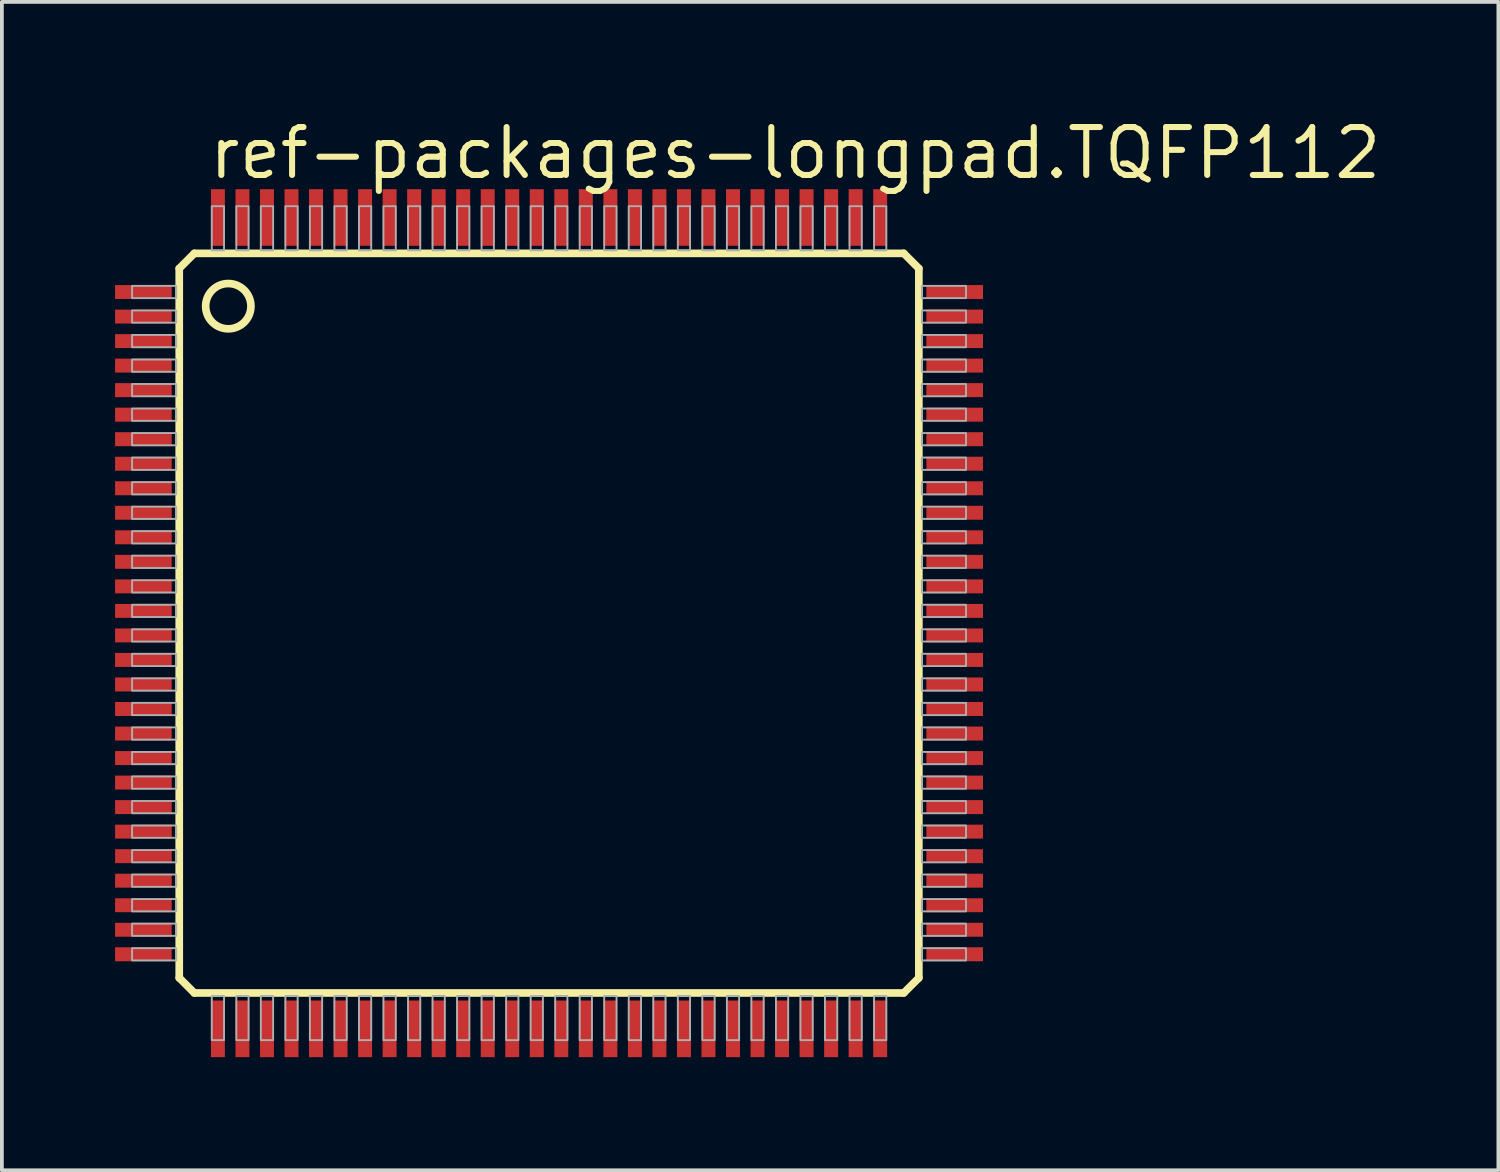
<source format=kicad_pcb>
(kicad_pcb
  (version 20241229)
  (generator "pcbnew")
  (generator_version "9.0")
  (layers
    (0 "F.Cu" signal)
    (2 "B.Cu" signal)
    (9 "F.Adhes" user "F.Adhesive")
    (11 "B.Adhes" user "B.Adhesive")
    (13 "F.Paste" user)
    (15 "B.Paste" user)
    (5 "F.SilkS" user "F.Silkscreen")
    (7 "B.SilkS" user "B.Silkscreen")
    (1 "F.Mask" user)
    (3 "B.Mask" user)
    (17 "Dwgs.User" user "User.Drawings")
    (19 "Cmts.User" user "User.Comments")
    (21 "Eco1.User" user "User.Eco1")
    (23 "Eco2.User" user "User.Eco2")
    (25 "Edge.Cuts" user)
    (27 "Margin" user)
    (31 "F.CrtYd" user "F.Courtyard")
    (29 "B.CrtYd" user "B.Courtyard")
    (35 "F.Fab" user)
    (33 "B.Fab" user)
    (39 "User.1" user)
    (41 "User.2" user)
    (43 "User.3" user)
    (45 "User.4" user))
  (footprint "ref-packages-longpad.TQFP112"
    (layer "F.Cu")
    (at 11.5 13.464)
    (property "Reference" "ref-packages-longpad.TQFP112" (at -9.092 -11.714 0) (layer "F.SilkS") (effects (font (size 1.27 1.27) (thickness 0.16)) (justify left bottom)))
    (attr smd)
    (fp_line (start -9.8 9.4) (end -9.8 -9.4) (stroke (width 0.203) (type default)) (layer "F.SilkS"))
    (fp_line (start -9.8 9.4) (end -9.4 9.8) (stroke (width 0.203) (type default)) (layer "F.SilkS"))
    (fp_line (start -9.4 -9.8) (end -9.8 -9.4) (stroke (width 0.203) (type default)) (layer "F.SilkS"))
    (fp_line (start -9.4 -9.8) (end 9.4 -9.8) (stroke (width 0.203) (type default)) (layer "F.SilkS"))
    (fp_line (start 9.4 9.8) (end -9.4 9.8) (stroke (width 0.203) (type default)) (layer "F.SilkS"))
    (fp_line (start 9.4 9.8) (end 9.8 9.4) (stroke (width 0.203) (type default)) (layer "F.SilkS"))
    (fp_line (start 9.8 -9.4) (end 9.4 -9.8) (stroke (width 0.203) (type default)) (layer "F.SilkS"))
    (fp_line (start 9.8 -9.4) (end 9.8 9.4) (stroke (width 0.203) (type default)) (layer "F.SilkS"))
    (fp_circle (center -8.5 -8.4) (end -7.9 -8.4) (stroke (width 0.203) (type default)) (fill no) (layer "F.SilkS"))
    (fp_rect (start -11.05 -8.613) (end -9.88 -8.938) (stroke (width 0.05) (type default)) (fill no) (layer "F.Fab"))
    (fp_rect (start -11.05 -7.963) (end -9.88 -8.287) (stroke (width 0.05) (type default)) (fill no) (layer "F.Fab"))
    (fp_rect (start -11.05 -7.312) (end -9.88 -7.638) (stroke (width 0.05) (type default)) (fill no) (layer "F.Fab"))
    (fp_rect (start -11.05 -6.662) (end -9.88 -6.987) (stroke (width 0.05) (type default)) (fill no) (layer "F.Fab"))
    (fp_rect (start -11.05 -6.013) (end -9.88 -6.338) (stroke (width 0.05) (type default)) (fill no) (layer "F.Fab"))
    (fp_rect (start -11.05 -5.362) (end -9.88 -5.688) (stroke (width 0.05) (type default)) (fill no) (layer "F.Fab"))
    (fp_rect (start -11.05 -4.713) (end -9.88 -5.037) (stroke (width 0.05) (type default)) (fill no) (layer "F.Fab"))
    (fp_rect (start -11.05 -4.062) (end -9.88 -4.388) (stroke (width 0.05) (type default)) (fill no) (layer "F.Fab"))
    (fp_rect (start -11.05 -3.413) (end -9.88 -3.737) (stroke (width 0.05) (type default)) (fill no) (layer "F.Fab"))
    (fp_rect (start -11.05 -2.763) (end -9.88 -3.087) (stroke (width 0.05) (type default)) (fill no) (layer "F.Fab"))
    (fp_rect (start -11.05 -2.112) (end -9.88 -2.438) (stroke (width 0.05) (type default)) (fill no) (layer "F.Fab"))
    (fp_rect (start -11.05 -1.462) (end -9.88 -1.788) (stroke (width 0.05) (type default)) (fill no) (layer "F.Fab"))
    (fp_rect (start -11.05 -0.812) (end -9.88 -1.137) (stroke (width 0.05) (type default)) (fill no) (layer "F.Fab"))
    (fp_rect (start -11.05 -0.163) (end -9.88 -0.487) (stroke (width 0.05) (type default)) (fill no) (layer "F.Fab"))
    (fp_rect (start -11.05 0.487) (end -9.88 0.163) (stroke (width 0.05) (type default)) (fill no) (layer "F.Fab"))
    (fp_rect (start -11.05 1.137) (end -9.88 0.812) (stroke (width 0.05) (type default)) (fill no) (layer "F.Fab"))
    (fp_rect (start -11.05 1.788) (end -9.88 1.462) (stroke (width 0.05) (type default)) (fill no) (layer "F.Fab"))
    (fp_rect (start -11.05 2.438) (end -9.88 2.112) (stroke (width 0.05) (type default)) (fill no) (layer "F.Fab"))
    (fp_rect (start -11.05 3.087) (end -9.88 2.763) (stroke (width 0.05) (type default)) (fill no) (layer "F.Fab"))
    (fp_rect (start -11.05 3.737) (end -9.88 3.413) (stroke (width 0.05) (type default)) (fill no) (layer "F.Fab"))
    (fp_rect (start -11.05 4.388) (end -9.88 4.062) (stroke (width 0.05) (type default)) (fill no) (layer "F.Fab"))
    (fp_rect (start -11.05 5.037) (end -9.88 4.713) (stroke (width 0.05) (type default)) (fill no) (layer "F.Fab"))
    (fp_rect (start -11.05 5.688) (end -9.88 5.362) (stroke (width 0.05) (type default)) (fill no) (layer "F.Fab"))
    (fp_rect (start -11.05 6.338) (end -9.88 6.013) (stroke (width 0.05) (type default)) (fill no) (layer "F.Fab"))
    (fp_rect (start -11.05 6.987) (end -9.88 6.662) (stroke (width 0.05) (type default)) (fill no) (layer "F.Fab"))
    (fp_rect (start -11.05 7.638) (end -9.88 7.312) (stroke (width 0.05) (type default)) (fill no) (layer "F.Fab"))
    (fp_rect (start -11.05 8.287) (end -9.88 7.963) (stroke (width 0.05) (type default)) (fill no) (layer "F.Fab"))
    (fp_rect (start -11.05 8.938) (end -9.88 8.613) (stroke (width 0.05) (type default)) (fill no) (layer "F.Fab"))
    (fp_rect (start -8.938 -9.88) (end -8.613 -11.05) (stroke (width 0.05) (type default)) (fill no) (layer "F.Fab"))
    (fp_rect (start -8.938 11.05) (end -8.613 9.88) (stroke (width 0.05) (type default)) (fill no) (layer "F.Fab"))
    (fp_rect (start -8.287 -9.88) (end -7.963 -11.05) (stroke (width 0.05) (type default)) (fill no) (layer "F.Fab"))
    (fp_rect (start -8.287 11.05) (end -7.963 9.88) (stroke (width 0.05) (type default)) (fill no) (layer "F.Fab"))
    (fp_rect (start -7.638 -9.88) (end -7.312 -11.05) (stroke (width 0.05) (type default)) (fill no) (layer "F.Fab"))
    (fp_rect (start -7.638 11.05) (end -7.312 9.88) (stroke (width 0.05) (type default)) (fill no) (layer "F.Fab"))
    (fp_rect (start -6.987 -9.88) (end -6.662 -11.05) (stroke (width 0.05) (type default)) (fill no) (layer "F.Fab"))
    (fp_rect (start -6.987 11.05) (end -6.662 9.88) (stroke (width 0.05) (type default)) (fill no) (layer "F.Fab"))
    (fp_rect (start -6.338 -9.88) (end -6.013 -11.05) (stroke (width 0.05) (type default)) (fill no) (layer "F.Fab"))
    (fp_rect (start -6.338 11.05) (end -6.013 9.88) (stroke (width 0.05) (type default)) (fill no) (layer "F.Fab"))
    (fp_rect (start -5.688 -9.88) (end -5.362 -11.05) (stroke (width 0.05) (type default)) (fill no) (layer "F.Fab"))
    (fp_rect (start -5.688 11.05) (end -5.362 9.88) (stroke (width 0.05) (type default)) (fill no) (layer "F.Fab"))
    (fp_rect (start -5.037 -9.88) (end -4.713 -11.05) (stroke (width 0.05) (type default)) (fill no) (layer "F.Fab"))
    (fp_rect (start -5.037 11.05) (end -4.713 9.88) (stroke (width 0.05) (type default)) (fill no) (layer "F.Fab"))
    (fp_rect (start -4.388 -9.88) (end -4.062 -11.05) (stroke (width 0.05) (type default)) (fill no) (layer "F.Fab"))
    (fp_rect (start -4.388 11.05) (end -4.062 9.88) (stroke (width 0.05) (type default)) (fill no) (layer "F.Fab"))
    (fp_rect (start -3.737 -9.88) (end -3.413 -11.05) (stroke (width 0.05) (type default)) (fill no) (layer "F.Fab"))
    (fp_rect (start -3.737 11.05) (end -3.413 9.88) (stroke (width 0.05) (type default)) (fill no) (layer "F.Fab"))
    (fp_rect (start -3.087 -9.88) (end -2.763 -11.05) (stroke (width 0.05) (type default)) (fill no) (layer "F.Fab"))
    (fp_rect (start -3.087 11.05) (end -2.763 9.88) (stroke (width 0.05) (type default)) (fill no) (layer "F.Fab"))
    (fp_rect (start -2.438 -9.88) (end -2.112 -11.05) (stroke (width 0.05) (type default)) (fill no) (layer "F.Fab"))
    (fp_rect (start -2.438 11.05) (end -2.112 9.88) (stroke (width 0.05) (type default)) (fill no) (layer "F.Fab"))
    (fp_rect (start -1.788 -9.88) (end -1.462 -11.05) (stroke (width 0.05) (type default)) (fill no) (layer "F.Fab"))
    (fp_rect (start -1.788 11.05) (end -1.462 9.88) (stroke (width 0.05) (type default)) (fill no) (layer "F.Fab"))
    (fp_rect (start -1.137 -9.88) (end -0.812 -11.05) (stroke (width 0.05) (type default)) (fill no) (layer "F.Fab"))
    (fp_rect (start -1.137 11.05) (end -0.812 9.88) (stroke (width 0.05) (type default)) (fill no) (layer "F.Fab"))
    (fp_rect (start -0.487 -9.88) (end -0.163 -11.05) (stroke (width 0.05) (type default)) (fill no) (layer "F.Fab"))
    (fp_rect (start -0.487 11.05) (end -0.163 9.88) (stroke (width 0.05) (type default)) (fill no) (layer "F.Fab"))
    (fp_rect (start 0.163 -9.88) (end 0.487 -11.05) (stroke (width 0.05) (type default)) (fill no) (layer "F.Fab"))
    (fp_rect (start 0.163 11.05) (end 0.487 9.88) (stroke (width 0.05) (type default)) (fill no) (layer "F.Fab"))
    (fp_rect (start 0.812 -9.88) (end 1.137 -11.05) (stroke (width 0.05) (type default)) (fill no) (layer "F.Fab"))
    (fp_rect (start 0.812 11.05) (end 1.137 9.88) (stroke (width 0.05) (type default)) (fill no) (layer "F.Fab"))
    (fp_rect (start 1.462 -9.88) (end 1.788 -11.05) (stroke (width 0.05) (type default)) (fill no) (layer "F.Fab"))
    (fp_rect (start 1.462 11.05) (end 1.788 9.88) (stroke (width 0.05) (type default)) (fill no) (layer "F.Fab"))
    (fp_rect (start 2.112 -9.88) (end 2.438 -11.05) (stroke (width 0.05) (type default)) (fill no) (layer "F.Fab"))
    (fp_rect (start 2.112 11.05) (end 2.438 9.88) (stroke (width 0.05) (type default)) (fill no) (layer "F.Fab"))
    (fp_rect (start 2.763 -9.88) (end 3.087 -11.05) (stroke (width 0.05) (type default)) (fill no) (layer "F.Fab"))
    (fp_rect (start 2.763 11.05) (end 3.087 9.88) (stroke (width 0.05) (type default)) (fill no) (layer "F.Fab"))
    (fp_rect (start 3.413 -9.88) (end 3.737 -11.05) (stroke (width 0.05) (type default)) (fill no) (layer "F.Fab"))
    (fp_rect (start 3.413 11.05) (end 3.737 9.88) (stroke (width 0.05) (type default)) (fill no) (layer "F.Fab"))
    (fp_rect (start 4.062 -9.88) (end 4.388 -11.05) (stroke (width 0.05) (type default)) (fill no) (layer "F.Fab"))
    (fp_rect (start 4.062 11.05) (end 4.388 9.88) (stroke (width 0.05) (type default)) (fill no) (layer "F.Fab"))
    (fp_rect (start 4.713 -9.88) (end 5.037 -11.05) (stroke (width 0.05) (type default)) (fill no) (layer "F.Fab"))
    (fp_rect (start 4.713 11.05) (end 5.037 9.88) (stroke (width 0.05) (type default)) (fill no) (layer "F.Fab"))
    (fp_rect (start 5.362 -9.88) (end 5.688 -11.05) (stroke (width 0.05) (type default)) (fill no) (layer "F.Fab"))
    (fp_rect (start 5.362 11.05) (end 5.688 9.88) (stroke (width 0.05) (type default)) (fill no) (layer "F.Fab"))
    (fp_rect (start 6.013 -9.88) (end 6.338 -11.05) (stroke (width 0.05) (type default)) (fill no) (layer "F.Fab"))
    (fp_rect (start 6.013 11.05) (end 6.338 9.88) (stroke (width 0.05) (type default)) (fill no) (layer "F.Fab"))
    (fp_rect (start 6.662 -9.88) (end 6.987 -11.05) (stroke (width 0.05) (type default)) (fill no) (layer "F.Fab"))
    (fp_rect (start 6.662 11.05) (end 6.987 9.88) (stroke (width 0.05) (type default)) (fill no) (layer "F.Fab"))
    (fp_rect (start 7.312 -9.88) (end 7.638 -11.05) (stroke (width 0.05) (type default)) (fill no) (layer "F.Fab"))
    (fp_rect (start 7.312 11.05) (end 7.638 9.88) (stroke (width 0.05) (type default)) (fill no) (layer "F.Fab"))
    (fp_rect (start 7.963 -9.88) (end 8.287 -11.05) (stroke (width 0.05) (type default)) (fill no) (layer "F.Fab"))
    (fp_rect (start 7.963 11.05) (end 8.287 9.88) (stroke (width 0.05) (type default)) (fill no) (layer "F.Fab"))
    (fp_rect (start 8.613 -9.88) (end 8.938 -11.05) (stroke (width 0.05) (type default)) (fill no) (layer "F.Fab"))
    (fp_rect (start 8.613 11.05) (end 8.938 9.88) (stroke (width 0.05) (type default)) (fill no) (layer "F.Fab"))
    (fp_rect (start 9.88 -8.613) (end 11.05 -8.938) (stroke (width 0.05) (type default)) (fill no) (layer "F.Fab"))
    (fp_rect (start 9.88 -7.963) (end 11.05 -8.287) (stroke (width 0.05) (type default)) (fill no) (layer "F.Fab"))
    (fp_rect (start 9.88 -7.312) (end 11.05 -7.638) (stroke (width 0.05) (type default)) (fill no) (layer "F.Fab"))
    (fp_rect (start 9.88 -6.662) (end 11.05 -6.987) (stroke (width 0.05) (type default)) (fill no) (layer "F.Fab"))
    (fp_rect (start 9.88 -6.013) (end 11.05 -6.338) (stroke (width 0.05) (type default)) (fill no) (layer "F.Fab"))
    (fp_rect (start 9.88 -5.362) (end 11.05 -5.688) (stroke (width 0.05) (type default)) (fill no) (layer "F.Fab"))
    (fp_rect (start 9.88 -4.713) (end 11.05 -5.037) (stroke (width 0.05) (type default)) (fill no) (layer "F.Fab"))
    (fp_rect (start 9.88 -4.062) (end 11.05 -4.388) (stroke (width 0.05) (type default)) (fill no) (layer "F.Fab"))
    (fp_rect (start 9.88 -3.413) (end 11.05 -3.737) (stroke (width 0.05) (type default)) (fill no) (layer "F.Fab"))
    (fp_rect (start 9.88 -2.763) (end 11.05 -3.087) (stroke (width 0.05) (type default)) (fill no) (layer "F.Fab"))
    (fp_rect (start 9.88 -2.112) (end 11.05 -2.438) (stroke (width 0.05) (type default)) (fill no) (layer "F.Fab"))
    (fp_rect (start 9.88 -1.462) (end 11.05 -1.788) (stroke (width 0.05) (type default)) (fill no) (layer "F.Fab"))
    (fp_rect (start 9.88 -0.812) (end 11.05 -1.137) (stroke (width 0.05) (type default)) (fill no) (layer "F.Fab"))
    (fp_rect (start 9.88 -0.163) (end 11.05 -0.487) (stroke (width 0.05) (type default)) (fill no) (layer "F.Fab"))
    (fp_rect (start 9.88 0.487) (end 11.05 0.163) (stroke (width 0.05) (type default)) (fill no) (layer "F.Fab"))
    (fp_rect (start 9.88 1.137) (end 11.05 0.812) (stroke (width 0.05) (type default)) (fill no) (layer "F.Fab"))
    (fp_rect (start 9.88 1.788) (end 11.05 1.462) (stroke (width 0.05) (type default)) (fill no) (layer "F.Fab"))
    (fp_rect (start 9.88 2.438) (end 11.05 2.112) (stroke (width 0.05) (type default)) (fill no) (layer "F.Fab"))
    (fp_rect (start 9.88 3.087) (end 11.05 2.763) (stroke (width 0.05) (type default)) (fill no) (layer "F.Fab"))
    (fp_rect (start 9.88 3.737) (end 11.05 3.413) (stroke (width 0.05) (type default)) (fill no) (layer "F.Fab"))
    (fp_rect (start 9.88 4.388) (end 11.05 4.062) (stroke (width 0.05) (type default)) (fill no) (layer "F.Fab"))
    (fp_rect (start 9.88 5.037) (end 11.05 4.713) (stroke (width 0.05) (type default)) (fill no) (layer "F.Fab"))
    (fp_rect (start 9.88 5.688) (end 11.05 5.362) (stroke (width 0.05) (type default)) (fill no) (layer "F.Fab"))
    (fp_rect (start 9.88 6.338) (end 11.05 6.013) (stroke (width 0.05) (type default)) (fill no) (layer "F.Fab"))
    (fp_rect (start 9.88 6.987) (end 11.05 6.662) (stroke (width 0.05) (type default)) (fill no) (layer "F.Fab"))
    (fp_rect (start 9.88 7.638) (end 11.05 7.312) (stroke (width 0.05) (type default)) (fill no) (layer "F.Fab"))
    (fp_rect (start 9.88 8.287) (end 11.05 7.963) (stroke (width 0.05) (type default)) (fill no) (layer "F.Fab"))
    (fp_rect (start 9.88 8.938) (end 11.05 8.613) (stroke (width 0.05) (type default)) (fill no) (layer "F.Fab"))
    (pad "1" smd roundrect (at -10.75 -8.775) (size 1.5 0.37) (layers "F.Cu" "F.Mask" "F.Paste") (roundrect_rratio 0.01))
    (pad "2" smd roundrect (at -10.75 -8.125) (size 1.5 0.37) (layers "F.Cu" "F.Mask" "F.Paste") (roundrect_rratio 0.01))
    (pad "3" smd roundrect (at -10.75 -7.475) (size 1.5 0.37) (layers "F.Cu" "F.Mask" "F.Paste") (roundrect_rratio 0.01))
    (pad "4" smd roundrect (at -10.75 -6.825) (size 1.5 0.37) (layers "F.Cu" "F.Mask" "F.Paste") (roundrect_rratio 0.01))
    (pad "5" smd roundrect (at -10.75 -6.175) (size 1.5 0.37) (layers "F.Cu" "F.Mask" "F.Paste") (roundrect_rratio 0.01))
    (pad "6" smd roundrect (at -10.75 -5.525) (size 1.5 0.37) (layers "F.Cu" "F.Mask" "F.Paste") (roundrect_rratio 0.01))
    (pad "7" smd roundrect (at -10.75 -4.875) (size 1.5 0.37) (layers "F.Cu" "F.Mask" "F.Paste") (roundrect_rratio 0.01))
    (pad "8" smd roundrect (at -10.75 -4.225) (size 1.5 0.37) (layers "F.Cu" "F.Mask" "F.Paste") (roundrect_rratio 0.01))
    (pad "9" smd roundrect (at -10.75 -3.575) (size 1.5 0.37) (layers "F.Cu" "F.Mask" "F.Paste") (roundrect_rratio 0.01))
    (pad "10" smd roundrect (at -10.75 -2.925) (size 1.5 0.37) (layers "F.Cu" "F.Mask" "F.Paste") (roundrect_rratio 0.01))
    (pad "11" smd roundrect (at -10.75 -2.275) (size 1.5 0.37) (layers "F.Cu" "F.Mask" "F.Paste") (roundrect_rratio 0.01))
    (pad "12" smd roundrect (at -10.75 -1.625) (size 1.5 0.37) (layers "F.Cu" "F.Mask" "F.Paste") (roundrect_rratio 0.01))
    (pad "13" smd roundrect (at -10.75 -0.975) (size 1.5 0.37) (layers "F.Cu" "F.Mask" "F.Paste") (roundrect_rratio 0.01))
    (pad "14" smd roundrect (at -10.75 -0.325) (size 1.5 0.37) (layers "F.Cu" "F.Mask" "F.Paste") (roundrect_rratio 0.01))
    (pad "15" smd roundrect (at -10.75 0.325) (size 1.5 0.37) (layers "F.Cu" "F.Mask" "F.Paste") (roundrect_rratio 0.01))
    (pad "16" smd roundrect (at -10.75 0.975) (size 1.5 0.37) (layers "F.Cu" "F.Mask" "F.Paste") (roundrect_rratio 0.01))
    (pad "17" smd roundrect (at -10.75 1.625) (size 1.5 0.37) (layers "F.Cu" "F.Mask" "F.Paste") (roundrect_rratio 0.01))
    (pad "18" smd roundrect (at -10.75 2.275) (size 1.5 0.37) (layers "F.Cu" "F.Mask" "F.Paste") (roundrect_rratio 0.01))
    (pad "19" smd roundrect (at -10.75 2.925) (size 1.5 0.37) (layers "F.Cu" "F.Mask" "F.Paste") (roundrect_rratio 0.01))
    (pad "20" smd roundrect (at -10.75 3.575) (size 1.5 0.37) (layers "F.Cu" "F.Mask" "F.Paste") (roundrect_rratio 0.01))
    (pad "21" smd roundrect (at -10.75 4.225) (size 1.5 0.37) (layers "F.Cu" "F.Mask" "F.Paste") (roundrect_rratio 0.01))
    (pad "22" smd roundrect (at -10.75 4.875) (size 1.5 0.37) (layers "F.Cu" "F.Mask" "F.Paste") (roundrect_rratio 0.01))
    (pad "23" smd roundrect (at -10.75 5.525) (size 1.5 0.37) (layers "F.Cu" "F.Mask" "F.Paste") (roundrect_rratio 0.01))
    (pad "24" smd roundrect (at -10.75 6.175) (size 1.5 0.37) (layers "F.Cu" "F.Mask" "F.Paste") (roundrect_rratio 0.01))
    (pad "25" smd roundrect (at -10.75 6.825) (size 1.5 0.37) (layers "F.Cu" "F.Mask" "F.Paste") (roundrect_rratio 0.01))
    (pad "26" smd roundrect (at -10.75 7.475) (size 1.5 0.37) (layers "F.Cu" "F.Mask" "F.Paste") (roundrect_rratio 0.01))
    (pad "27" smd roundrect (at -10.75 8.125) (size 1.5 0.37) (layers "F.Cu" "F.Mask" "F.Paste") (roundrect_rratio 0.01))
    (pad "28" smd roundrect (at -10.75 8.775) (size 1.5 0.37) (layers "F.Cu" "F.Mask" "F.Paste") (roundrect_rratio 0.01))
    (pad "29" smd roundrect (at -8.775 10.75) (size 0.37 1.5) (layers "F.Cu" "F.Mask" "F.Paste") (roundrect_rratio 0.01))
    (pad "30" smd roundrect (at -8.125 10.75) (size 0.37 1.5) (layers "F.Cu" "F.Mask" "F.Paste") (roundrect_rratio 0.01))
    (pad "31" smd roundrect (at -7.475 10.75) (size 0.37 1.5) (layers "F.Cu" "F.Mask" "F.Paste") (roundrect_rratio 0.01))
    (pad "32" smd roundrect (at -6.825 10.75) (size 0.37 1.5) (layers "F.Cu" "F.Mask" "F.Paste") (roundrect_rratio 0.01))
    (pad "33" smd roundrect (at -6.175 10.75) (size 0.37 1.5) (layers "F.Cu" "F.Mask" "F.Paste") (roundrect_rratio 0.01))
    (pad "34" smd roundrect (at -5.525 10.75) (size 0.37 1.5) (layers "F.Cu" "F.Mask" "F.Paste") (roundrect_rratio 0.01))
    (pad "35" smd roundrect (at -4.875 10.75) (size 0.37 1.5) (layers "F.Cu" "F.Mask" "F.Paste") (roundrect_rratio 0.01))
    (pad "36" smd roundrect (at -4.225 10.75) (size 0.37 1.5) (layers "F.Cu" "F.Mask" "F.Paste") (roundrect_rratio 0.01))
    (pad "37" smd roundrect (at -3.575 10.75) (size 0.37 1.5) (layers "F.Cu" "F.Mask" "F.Paste") (roundrect_rratio 0.01))
    (pad "38" smd roundrect (at -2.925 10.75) (size 0.37 1.5) (layers "F.Cu" "F.Mask" "F.Paste") (roundrect_rratio 0.01))
    (pad "39" smd roundrect (at -2.275 10.75) (size 0.37 1.5) (layers "F.Cu" "F.Mask" "F.Paste") (roundrect_rratio 0.01))
    (pad "40" smd roundrect (at -1.625 10.75) (size 0.37 1.5) (layers "F.Cu" "F.Mask" "F.Paste") (roundrect_rratio 0.01))
    (pad "41" smd roundrect (at -0.975 10.75) (size 0.37 1.5) (layers "F.Cu" "F.Mask" "F.Paste") (roundrect_rratio 0.01))
    (pad "42" smd roundrect (at -0.325 10.75) (size 0.37 1.5) (layers "F.Cu" "F.Mask" "F.Paste") (roundrect_rratio 0.01))
    (pad "43" smd roundrect (at 0.325 10.75) (size 0.37 1.5) (layers "F.Cu" "F.Mask" "F.Paste") (roundrect_rratio 0.01))
    (pad "44" smd roundrect (at 0.975 10.75) (size 0.37 1.5) (layers "F.Cu" "F.Mask" "F.Paste") (roundrect_rratio 0.01))
    (pad "45" smd roundrect (at 1.625 10.75) (size 0.37 1.5) (layers "F.Cu" "F.Mask" "F.Paste") (roundrect_rratio 0.01))
    (pad "46" smd roundrect (at 2.275 10.75) (size 0.37 1.5) (layers "F.Cu" "F.Mask" "F.Paste") (roundrect_rratio 0.01))
    (pad "47" smd roundrect (at 2.925 10.75) (size 0.37 1.5) (layers "F.Cu" "F.Mask" "F.Paste") (roundrect_rratio 0.01))
    (pad "48" smd roundrect (at 3.575 10.75) (size 0.37 1.5) (layers "F.Cu" "F.Mask" "F.Paste") (roundrect_rratio 0.01))
    (pad "49" smd roundrect (at 4.225 10.75) (size 0.37 1.5) (layers "F.Cu" "F.Mask" "F.Paste") (roundrect_rratio 0.01))
    (pad "50" smd roundrect (at 4.875 10.75) (size 0.37 1.5) (layers "F.Cu" "F.Mask" "F.Paste") (roundrect_rratio 0.01))
    (pad "51" smd roundrect (at 5.525 10.75) (size 0.37 1.5) (layers "F.Cu" "F.Mask" "F.Paste") (roundrect_rratio 0.01))
    (pad "52" smd roundrect (at 6.175 10.75) (size 0.37 1.5) (layers "F.Cu" "F.Mask" "F.Paste") (roundrect_rratio 0.01))
    (pad "53" smd roundrect (at 6.825 10.75) (size 0.37 1.5) (layers "F.Cu" "F.Mask" "F.Paste") (roundrect_rratio 0.01))
    (pad "54" smd roundrect (at 7.475 10.75) (size 0.37 1.5) (layers "F.Cu" "F.Mask" "F.Paste") (roundrect_rratio 0.01))
    (pad "55" smd roundrect (at 8.125 10.75) (size 0.37 1.5) (layers "F.Cu" "F.Mask" "F.Paste") (roundrect_rratio 0.01))
    (pad "56" smd roundrect (at 8.775 10.75) (size 0.37 1.5) (layers "F.Cu" "F.Mask" "F.Paste") (roundrect_rratio 0.01))
    (pad "57" smd roundrect (at 10.75 8.775) (size 1.5 0.37) (layers "F.Cu" "F.Mask" "F.Paste") (roundrect_rratio 0.01))
    (pad "58" smd roundrect (at 10.75 8.125) (size 1.5 0.37) (layers "F.Cu" "F.Mask" "F.Paste") (roundrect_rratio 0.01))
    (pad "59" smd roundrect (at 10.75 7.475) (size 1.5 0.37) (layers "F.Cu" "F.Mask" "F.Paste") (roundrect_rratio 0.01))
    (pad "60" smd roundrect (at 10.75 6.825) (size 1.5 0.37) (layers "F.Cu" "F.Mask" "F.Paste") (roundrect_rratio 0.01))
    (pad "61" smd roundrect (at 10.75 6.175) (size 1.5 0.37) (layers "F.Cu" "F.Mask" "F.Paste") (roundrect_rratio 0.01))
    (pad "62" smd roundrect (at 10.75 5.525) (size 1.5 0.37) (layers "F.Cu" "F.Mask" "F.Paste") (roundrect_rratio 0.01))
    (pad "63" smd roundrect (at 10.75 4.875) (size 1.5 0.37) (layers "F.Cu" "F.Mask" "F.Paste") (roundrect_rratio 0.01))
    (pad "64" smd roundrect (at 10.75 4.225) (size 1.5 0.37) (layers "F.Cu" "F.Mask" "F.Paste") (roundrect_rratio 0.01))
    (pad "65" smd roundrect (at 10.75 3.575) (size 1.5 0.37) (layers "F.Cu" "F.Mask" "F.Paste") (roundrect_rratio 0.01))
    (pad "66" smd roundrect (at 10.75 2.925) (size 1.5 0.37) (layers "F.Cu" "F.Mask" "F.Paste") (roundrect_rratio 0.01))
    (pad "67" smd roundrect (at 10.75 2.275) (size 1.5 0.37) (layers "F.Cu" "F.Mask" "F.Paste") (roundrect_rratio 0.01))
    (pad "68" smd roundrect (at 10.75 1.625) (size 1.5 0.37) (layers "F.Cu" "F.Mask" "F.Paste") (roundrect_rratio 0.01))
    (pad "69" smd roundrect (at 10.75 0.975) (size 1.5 0.37) (layers "F.Cu" "F.Mask" "F.Paste") (roundrect_rratio 0.01))
    (pad "70" smd roundrect (at 10.75 0.325) (size 1.5 0.37) (layers "F.Cu" "F.Mask" "F.Paste") (roundrect_rratio 0.01))
    (pad "71" smd roundrect (at 10.75 -0.325) (size 1.5 0.37) (layers "F.Cu" "F.Mask" "F.Paste") (roundrect_rratio 0.01))
    (pad "72" smd roundrect (at 10.75 -0.975) (size 1.5 0.37) (layers "F.Cu" "F.Mask" "F.Paste") (roundrect_rratio 0.01))
    (pad "73" smd roundrect (at 10.75 -1.625) (size 1.5 0.37) (layers "F.Cu" "F.Mask" "F.Paste") (roundrect_rratio 0.01))
    (pad "74" smd roundrect (at 10.75 -2.275) (size 1.5 0.37) (layers "F.Cu" "F.Mask" "F.Paste") (roundrect_rratio 0.01))
    (pad "75" smd roundrect (at 10.75 -2.925) (size 1.5 0.37) (layers "F.Cu" "F.Mask" "F.Paste") (roundrect_rratio 0.01))
    (pad "76" smd roundrect (at 10.75 -3.575) (size 1.5 0.37) (layers "F.Cu" "F.Mask" "F.Paste") (roundrect_rratio 0.01))
    (pad "77" smd roundrect (at 10.75 -4.225) (size 1.5 0.37) (layers "F.Cu" "F.Mask" "F.Paste") (roundrect_rratio 0.01))
    (pad "78" smd roundrect (at 10.75 -4.875) (size 1.5 0.37) (layers "F.Cu" "F.Mask" "F.Paste") (roundrect_rratio 0.01))
    (pad "79" smd roundrect (at 10.75 -5.525) (size 1.5 0.37) (layers "F.Cu" "F.Mask" "F.Paste") (roundrect_rratio 0.01))
    (pad "80" smd roundrect (at 10.75 -6.175) (size 1.5 0.37) (layers "F.Cu" "F.Mask" "F.Paste") (roundrect_rratio 0.01))
    (pad "81" smd roundrect (at 10.75 -6.825) (size 1.5 0.37) (layers "F.Cu" "F.Mask" "F.Paste") (roundrect_rratio 0.01))
    (pad "82" smd roundrect (at 10.75 -7.475) (size 1.5 0.37) (layers "F.Cu" "F.Mask" "F.Paste") (roundrect_rratio 0.01))
    (pad "83" smd roundrect (at 10.75 -8.125) (size 1.5 0.37) (layers "F.Cu" "F.Mask" "F.Paste") (roundrect_rratio 0.01))
    (pad "84" smd roundrect (at 10.75 -8.775) (size 1.5 0.37) (layers "F.Cu" "F.Mask" "F.Paste") (roundrect_rratio 0.01))
    (pad "85" smd roundrect (at 8.775 -10.75) (size 0.37 1.5) (layers "F.Cu" "F.Mask" "F.Paste") (roundrect_rratio 0.01))
    (pad "86" smd roundrect (at 8.125 -10.75) (size 0.37 1.5) (layers "F.Cu" "F.Mask" "F.Paste") (roundrect_rratio 0.01))
    (pad "87" smd roundrect (at 7.475 -10.75) (size 0.37 1.5) (layers "F.Cu" "F.Mask" "F.Paste") (roundrect_rratio 0.01))
    (pad "88" smd roundrect (at 6.825 -10.75) (size 0.37 1.5) (layers "F.Cu" "F.Mask" "F.Paste") (roundrect_rratio 0.01))
    (pad "89" smd roundrect (at 6.175 -10.75) (size 0.37 1.5) (layers "F.Cu" "F.Mask" "F.Paste") (roundrect_rratio 0.01))
    (pad "90" smd roundrect (at 5.525 -10.75) (size 0.37 1.5) (layers "F.Cu" "F.Mask" "F.Paste") (roundrect_rratio 0.01))
    (pad "91" smd roundrect (at 4.875 -10.75) (size 0.37 1.5) (layers "F.Cu" "F.Mask" "F.Paste") (roundrect_rratio 0.01))
    (pad "92" smd roundrect (at 4.225 -10.75) (size 0.37 1.5) (layers "F.Cu" "F.Mask" "F.Paste") (roundrect_rratio 0.01))
    (pad "93" smd roundrect (at 3.575 -10.75) (size 0.37 1.5) (layers "F.Cu" "F.Mask" "F.Paste") (roundrect_rratio 0.01))
    (pad "94" smd roundrect (at 2.925 -10.75) (size 0.37 1.5) (layers "F.Cu" "F.Mask" "F.Paste") (roundrect_rratio 0.01))
    (pad "95" smd roundrect (at 2.275 -10.75) (size 0.37 1.5) (layers "F.Cu" "F.Mask" "F.Paste") (roundrect_rratio 0.01))
    (pad "96" smd roundrect (at 1.625 -10.75) (size 0.37 1.5) (layers "F.Cu" "F.Mask" "F.Paste") (roundrect_rratio 0.01))
    (pad "97" smd roundrect (at 0.975 -10.75) (size 0.37 1.5) (layers "F.Cu" "F.Mask" "F.Paste") (roundrect_rratio 0.01))
    (pad "98" smd roundrect (at 0.325 -10.75) (size 0.37 1.5) (layers "F.Cu" "F.Mask" "F.Paste") (roundrect_rratio 0.01))
    (pad "99" smd roundrect (at -0.325 -10.75) (size 0.37 1.5) (layers "F.Cu" "F.Mask" "F.Paste") (roundrect_rratio 0.01))
    (pad "100" smd roundrect (at -0.975 -10.75) (size 0.37 1.5) (layers "F.Cu" "F.Mask" "F.Paste") (roundrect_rratio 0.01))
    (pad "101" smd roundrect (at -1.625 -10.75) (size 0.37 1.5) (layers "F.Cu" "F.Mask" "F.Paste") (roundrect_rratio 0.01))
    (pad "102" smd roundrect (at -2.275 -10.75) (size 0.37 1.5) (layers "F.Cu" "F.Mask" "F.Paste") (roundrect_rratio 0.01))
    (pad "103" smd roundrect (at -2.925 -10.75) (size 0.37 1.5) (layers "F.Cu" "F.Mask" "F.Paste") (roundrect_rratio 0.01))
    (pad "104" smd roundrect (at -3.575 -10.75) (size 0.37 1.5) (layers "F.Cu" "F.Mask" "F.Paste") (roundrect_rratio 0.01))
    (pad "105" smd roundrect (at -4.225 -10.75) (size 0.37 1.5) (layers "F.Cu" "F.Mask" "F.Paste") (roundrect_rratio 0.01))
    (pad "106" smd roundrect (at -4.875 -10.75) (size 0.37 1.5) (layers "F.Cu" "F.Mask" "F.Paste") (roundrect_rratio 0.01))
    (pad "107" smd roundrect (at -5.525 -10.75) (size 0.37 1.5) (layers "F.Cu" "F.Mask" "F.Paste") (roundrect_rratio 0.01))
    (pad "108" smd roundrect (at -6.175 -10.75) (size 0.37 1.5) (layers "F.Cu" "F.Mask" "F.Paste") (roundrect_rratio 0.01))
    (pad "109" smd roundrect (at -6.825 -10.75) (size 0.37 1.5) (layers "F.Cu" "F.Mask" "F.Paste") (roundrect_rratio 0.01))
    (pad "110" smd roundrect (at -7.475 -10.75) (size 0.37 1.5) (layers "F.Cu" "F.Mask" "F.Paste") (roundrect_rratio 0.01))
    (pad "111" smd roundrect (at -8.125 -10.75) (size 0.37 1.5) (layers "F.Cu" "F.Mask" "F.Paste") (roundrect_rratio 0.01))
    (pad "112" smd roundrect (at -8.775 -10.75) (size 0.37 1.5) (layers "F.Cu" "F.Mask" "F.Paste") (roundrect_rratio 0.01)))
  (gr_rect
    (start -3 -3)
    (end 36.658 27.964)
    (stroke (width 0.1) (type default))
    (fill no)
    (layer "Edge.Cuts")))
</source>
